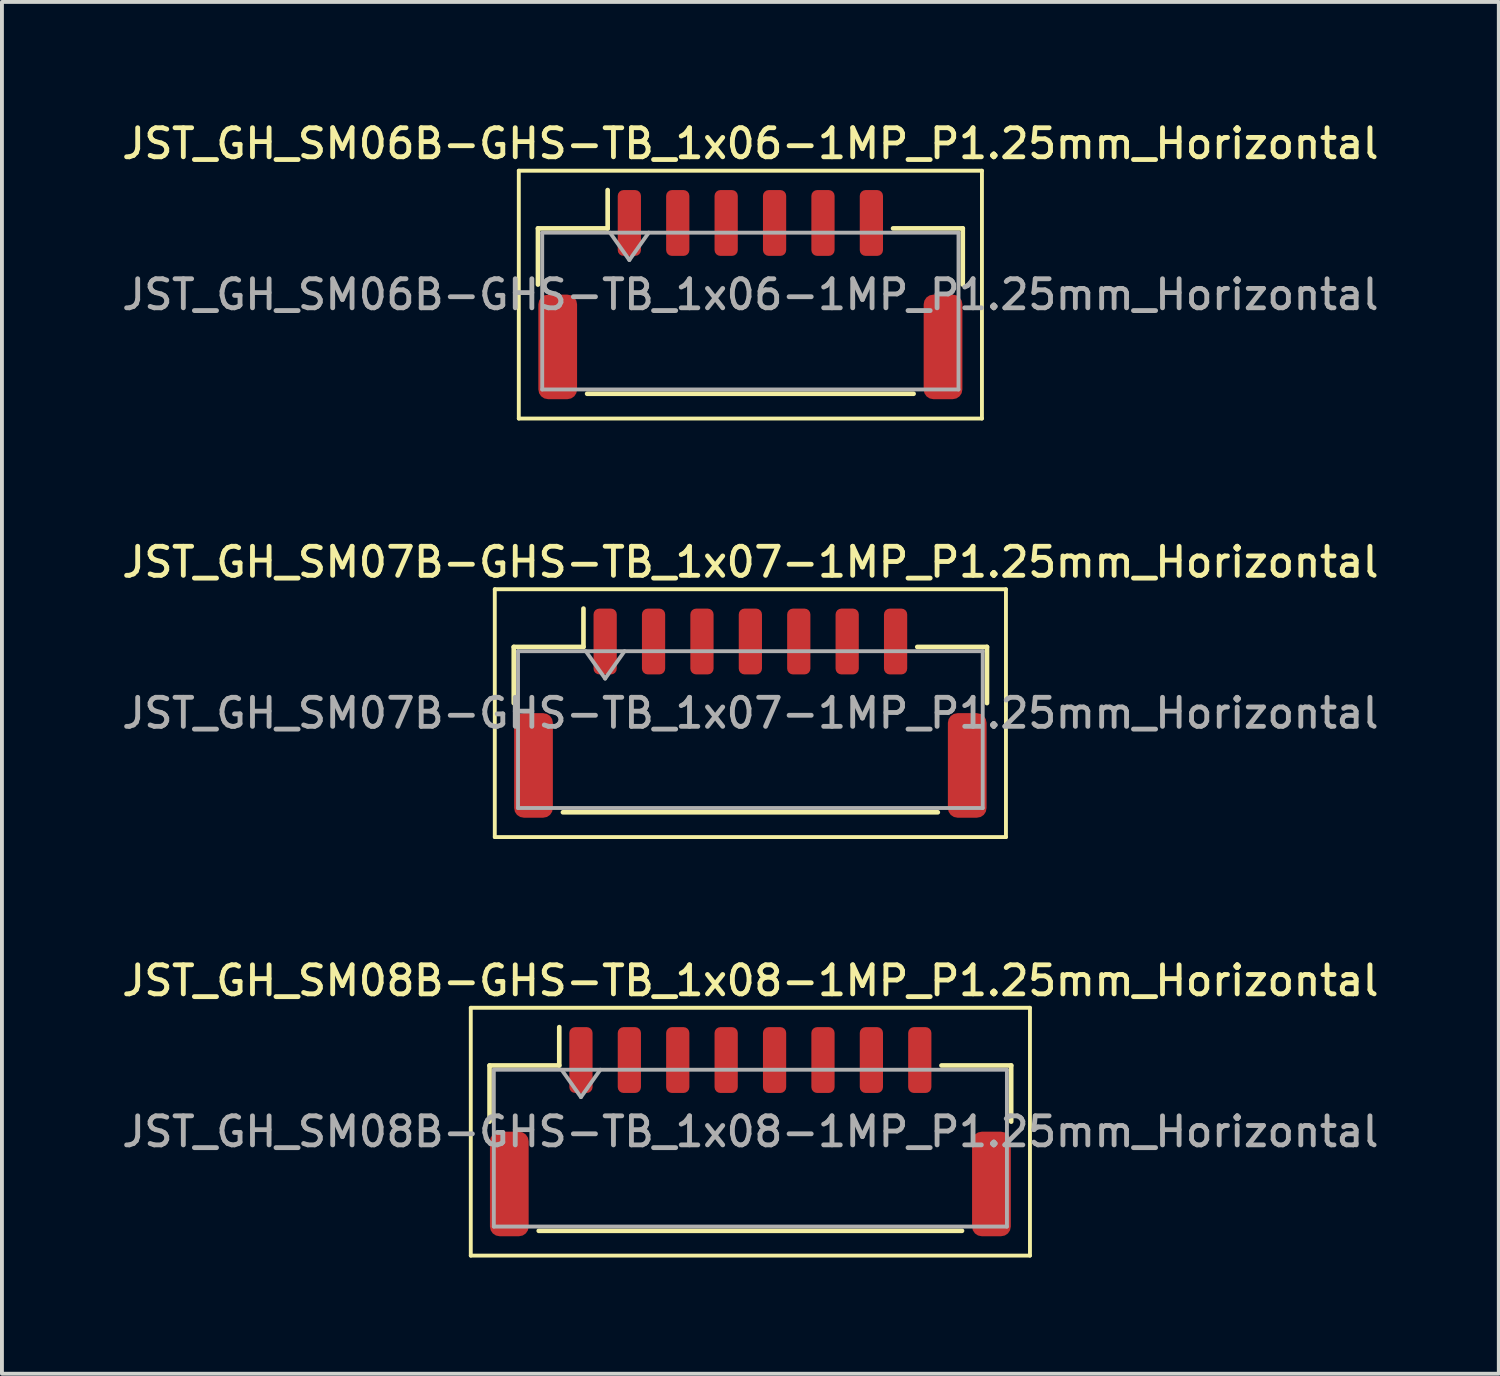
<source format=kicad_pcb>
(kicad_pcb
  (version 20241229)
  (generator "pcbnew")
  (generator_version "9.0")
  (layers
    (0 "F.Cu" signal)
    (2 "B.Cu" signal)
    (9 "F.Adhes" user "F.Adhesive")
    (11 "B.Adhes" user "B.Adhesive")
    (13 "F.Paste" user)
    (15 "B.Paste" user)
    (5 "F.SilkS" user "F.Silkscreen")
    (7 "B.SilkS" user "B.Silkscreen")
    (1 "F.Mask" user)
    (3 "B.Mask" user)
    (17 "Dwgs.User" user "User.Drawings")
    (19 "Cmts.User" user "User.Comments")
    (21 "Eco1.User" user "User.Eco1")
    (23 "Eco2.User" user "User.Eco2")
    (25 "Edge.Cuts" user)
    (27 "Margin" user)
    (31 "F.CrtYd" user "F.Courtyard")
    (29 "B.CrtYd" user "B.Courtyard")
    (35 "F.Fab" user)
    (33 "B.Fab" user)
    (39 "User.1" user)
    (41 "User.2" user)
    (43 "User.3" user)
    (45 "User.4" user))
  (footprint "JST_GH_SM08B-GHS-TB_1x08-1MP_P1.25mm_Horizontal"
    (layer "F.Cu")
    (at 16.327 26.174)
    (property "Reference" "JST_GH_SM08B-GHS-TB_1x08-1MP_P1.25mm_Horizontal" (at 0 -3.9 0) (layer "F.SilkS") (effects (font (size 0.75 0.75) (thickness 0.125))))
    (attr smd)
    (fp_line (start -7.22 -3.2) (end -7.22 3.2) (stroke (width 0.1) (type solid)) (layer "F.SilkS"))
    (fp_line (start -7.22 3.2) (end 7.22 3.2) (stroke (width 0.1) (type solid)) (layer "F.SilkS"))
    (fp_line (start -6.735 -1.71) (end -4.935 -1.71) (stroke (width 0.12) (type solid)) (layer "F.SilkS"))
    (fp_line (start -6.735 -0.26) (end -6.735 -1.71) (stroke (width 0.12) (type solid)) (layer "F.SilkS"))
    (fp_line (start -5.465 2.56) (end 5.465 2.56) (stroke (width 0.12) (type solid)) (layer "F.SilkS"))
    (fp_line (start -4.935 -1.71) (end -4.935 -2.7) (stroke (width 0.12) (type solid)) (layer "F.SilkS"))
    (fp_line (start 6.735 -1.71) (end 4.935 -1.71) (stroke (width 0.12) (type solid)) (layer "F.SilkS"))
    (fp_line (start 6.735 -0.26) (end 6.735 -1.71) (stroke (width 0.12) (type solid)) (layer "F.SilkS"))
    (fp_line (start 7.22 -3.2) (end -7.22 -3.2) (stroke (width 0.1) (type solid)) (layer "F.SilkS"))
    (fp_line (start 7.22 3.2) (end 7.22 -3.2) (stroke (width 0.1) (type solid)) (layer "F.SilkS"))
    (fp_line (start -6.625 -1.6) (end -6.625 2.45) (stroke (width 0.1) (type solid)) (layer "F.Fab"))
    (fp_line (start -6.625 -1.6) (end 6.625 -1.6) (stroke (width 0.1) (type solid)) (layer "F.Fab"))
    (fp_line (start -6.625 2.45) (end 6.625 2.45) (stroke (width 0.1) (type solid)) (layer "F.Fab"))
    (fp_line (start -4.875 -1.6) (end -4.375 -0.893) (stroke (width 0.1) (type solid)) (layer "F.Fab"))
    (fp_line (start -4.375 -0.893) (end -3.875 -1.6) (stroke (width 0.1) (type solid)) (layer "F.Fab"))
    (fp_line (start 6.625 -1.6) (end 6.625 2.45) (stroke (width 0.1) (type solid)) (layer "F.Fab"))
    (fp_text user "${REFERENCE}" (at 0 0 0) (layer "F.Fab") (effects (font (size 0.75 0.75) (thickness 0.125))))
    (pad "1" smd roundrect (at -4.375 -1.85) (size 0.6 1.7) (layers "F.Cu" "F.Mask" "F.Paste") (roundrect_rratio 0.25))
    (pad "2" smd roundrect (at -3.125 -1.85) (size 0.6 1.7) (layers "F.Cu" "F.Mask" "F.Paste") (roundrect_rratio 0.25))
    (pad "3" smd roundrect (at -1.875 -1.85) (size 0.6 1.7) (layers "F.Cu" "F.Mask" "F.Paste") (roundrect_rratio 0.25))
    (pad "4" smd roundrect (at -0.625 -1.85) (size 0.6 1.7) (layers "F.Cu" "F.Mask" "F.Paste") (roundrect_rratio 0.25))
    (pad "5" smd roundrect (at 0.625 -1.85) (size 0.6 1.7) (layers "F.Cu" "F.Mask" "F.Paste") (roundrect_rratio 0.25))
    (pad "6" smd roundrect (at 1.875 -1.85) (size 0.6 1.7) (layers "F.Cu" "F.Mask" "F.Paste") (roundrect_rratio 0.25))
    (pad "7" smd roundrect (at 3.125 -1.85) (size 0.6 1.7) (layers "F.Cu" "F.Mask" "F.Paste") (roundrect_rratio 0.25))
    (pad "8" smd roundrect (at 4.375 -1.85) (size 0.6 1.7) (layers "F.Cu" "F.Mask" "F.Paste") (roundrect_rratio 0.25))
    (pad "MP" smd roundrect (at -6.225 1.35) (size 1 2.7) (layers "F.Cu" "F.Mask" "F.Paste") (roundrect_rratio 0.25))
    (pad "MP" smd roundrect (at 6.225 1.35) (size 1 2.7) (layers "F.Cu" "F.Mask" "F.Paste") (roundrect_rratio 0.25)))
  (footprint "JST_GH_SM06B-GHS-TB_1x06-1MP_P1.25mm_Horizontal"
    (layer "F.Cu")
    (at 16.327 4.558)
    (property "Reference" "JST_GH_SM06B-GHS-TB_1x06-1MP_P1.25mm_Horizontal" (at 0 -3.9 0) (layer "F.SilkS") (effects (font (size 0.75 0.75) (thickness 0.125))))
    (attr smd)
    (fp_line (start -5.98 -3.2) (end -5.98 3.2) (stroke (width 0.1) (type solid)) (layer "F.SilkS"))
    (fp_line (start -5.98 3.2) (end 5.98 3.2) (stroke (width 0.1) (type solid)) (layer "F.SilkS"))
    (fp_line (start -5.485 -1.71) (end -3.685 -1.71) (stroke (width 0.12) (type solid)) (layer "F.SilkS"))
    (fp_line (start -5.485 -0.26) (end -5.485 -1.71) (stroke (width 0.12) (type solid)) (layer "F.SilkS"))
    (fp_line (start -4.215 2.56) (end 4.215 2.56) (stroke (width 0.12) (type solid)) (layer "F.SilkS"))
    (fp_line (start -3.685 -1.71) (end -3.685 -2.7) (stroke (width 0.12) (type solid)) (layer "F.SilkS"))
    (fp_line (start 5.485 -1.71) (end 3.685 -1.71) (stroke (width 0.12) (type solid)) (layer "F.SilkS"))
    (fp_line (start 5.485 -0.26) (end 5.485 -1.71) (stroke (width 0.12) (type solid)) (layer "F.SilkS"))
    (fp_line (start 5.98 -3.2) (end -5.98 -3.2) (stroke (width 0.1) (type solid)) (layer "F.SilkS"))
    (fp_line (start 5.98 3.2) (end 5.98 -3.2) (stroke (width 0.1) (type solid)) (layer "F.SilkS"))
    (fp_line (start -5.375 -1.6) (end -5.375 2.45) (stroke (width 0.1) (type solid)) (layer "F.Fab"))
    (fp_line (start -5.375 -1.6) (end 5.375 -1.6) (stroke (width 0.1) (type solid)) (layer "F.Fab"))
    (fp_line (start -5.375 2.45) (end 5.375 2.45) (stroke (width 0.1) (type solid)) (layer "F.Fab"))
    (fp_line (start -3.625 -1.6) (end -3.125 -0.893) (stroke (width 0.1) (type solid)) (layer "F.Fab"))
    (fp_line (start -3.125 -0.893) (end -2.625 -1.6) (stroke (width 0.1) (type solid)) (layer "F.Fab"))
    (fp_line (start 5.375 -1.6) (end 5.375 2.45) (stroke (width 0.1) (type solid)) (layer "F.Fab"))
    (fp_text user "${REFERENCE}" (at 0 0 0) (layer "F.Fab") (effects (font (size 0.75 0.75) (thickness 0.125))))
    (pad "1" smd roundrect (at -3.125 -1.85) (size 0.6 1.7) (layers "F.Cu" "F.Mask" "F.Paste") (roundrect_rratio 0.25))
    (pad "2" smd roundrect (at -1.875 -1.85) (size 0.6 1.7) (layers "F.Cu" "F.Mask" "F.Paste") (roundrect_rratio 0.25))
    (pad "3" smd roundrect (at -0.625 -1.85) (size 0.6 1.7) (layers "F.Cu" "F.Mask" "F.Paste") (roundrect_rratio 0.25))
    (pad "4" smd roundrect (at 0.625 -1.85) (size 0.6 1.7) (layers "F.Cu" "F.Mask" "F.Paste") (roundrect_rratio 0.25))
    (pad "5" smd roundrect (at 1.875 -1.85) (size 0.6 1.7) (layers "F.Cu" "F.Mask" "F.Paste") (roundrect_rratio 0.25))
    (pad "6" smd roundrect (at 3.125 -1.85) (size 0.6 1.7) (layers "F.Cu" "F.Mask" "F.Paste") (roundrect_rratio 0.25))
    (pad "MP" smd roundrect (at -4.975 1.35) (size 1 2.7) (layers "F.Cu" "F.Mask" "F.Paste") (roundrect_rratio 0.25))
    (pad "MP" smd roundrect (at 4.975 1.35) (size 1 2.7) (layers "F.Cu" "F.Mask" "F.Paste") (roundrect_rratio 0.25)))
  (footprint "JST_GH_SM07B-GHS-TB_1x07-1MP_P1.25mm_Horizontal"
    (layer "F.Cu")
    (at 16.327 15.366)
    (property "Reference" "JST_GH_SM07B-GHS-TB_1x07-1MP_P1.25mm_Horizontal" (at 0 -3.9 0) (layer "F.SilkS") (effects (font (size 0.75 0.75) (thickness 0.125))))
    (attr smd)
    (fp_line (start -6.6 -3.2) (end -6.6 3.2) (stroke (width 0.1) (type solid)) (layer "F.SilkS"))
    (fp_line (start -6.6 3.2) (end 6.6 3.2) (stroke (width 0.1) (type solid)) (layer "F.SilkS"))
    (fp_line (start -6.11 -1.71) (end -4.31 -1.71) (stroke (width 0.12) (type solid)) (layer "F.SilkS"))
    (fp_line (start -6.11 -0.26) (end -6.11 -1.71) (stroke (width 0.12) (type solid)) (layer "F.SilkS"))
    (fp_line (start -4.84 2.56) (end 4.84 2.56) (stroke (width 0.12) (type solid)) (layer "F.SilkS"))
    (fp_line (start -4.31 -1.71) (end -4.31 -2.7) (stroke (width 0.12) (type solid)) (layer "F.SilkS"))
    (fp_line (start 6.11 -1.71) (end 4.31 -1.71) (stroke (width 0.12) (type solid)) (layer "F.SilkS"))
    (fp_line (start 6.11 -0.26) (end 6.11 -1.71) (stroke (width 0.12) (type solid)) (layer "F.SilkS"))
    (fp_line (start 6.6 -3.2) (end -6.6 -3.2) (stroke (width 0.1) (type solid)) (layer "F.SilkS"))
    (fp_line (start 6.6 3.2) (end 6.6 -3.2) (stroke (width 0.1) (type solid)) (layer "F.SilkS"))
    (fp_line (start -6 -1.6) (end -6 2.45) (stroke (width 0.1) (type solid)) (layer "F.Fab"))
    (fp_line (start -6 -1.6) (end 6 -1.6) (stroke (width 0.1) (type solid)) (layer "F.Fab"))
    (fp_line (start -6 2.45) (end 6 2.45) (stroke (width 0.1) (type solid)) (layer "F.Fab"))
    (fp_line (start -4.25 -1.6) (end -3.75 -0.893) (stroke (width 0.1) (type solid)) (layer "F.Fab"))
    (fp_line (start -3.75 -0.893) (end -3.25 -1.6) (stroke (width 0.1) (type solid)) (layer "F.Fab"))
    (fp_line (start 6 -1.6) (end 6 2.45) (stroke (width 0.1) (type solid)) (layer "F.Fab"))
    (fp_text user "${REFERENCE}" (at 0 0 0) (layer "F.Fab") (effects (font (size 0.75 0.75) (thickness 0.125))))
    (pad "1" smd roundrect (at -3.75 -1.85) (size 0.6 1.7) (layers "F.Cu" "F.Mask" "F.Paste") (roundrect_rratio 0.25))
    (pad "2" smd roundrect (at -2.5 -1.85) (size 0.6 1.7) (layers "F.Cu" "F.Mask" "F.Paste") (roundrect_rratio 0.25))
    (pad "3" smd roundrect (at -1.25 -1.85) (size 0.6 1.7) (layers "F.Cu" "F.Mask" "F.Paste") (roundrect_rratio 0.25))
    (pad "4" smd roundrect (at 0 -1.85) (size 0.6 1.7) (layers "F.Cu" "F.Mask" "F.Paste") (roundrect_rratio 0.25))
    (pad "5" smd roundrect (at 1.25 -1.85) (size 0.6 1.7) (layers "F.Cu" "F.Mask" "F.Paste") (roundrect_rratio 0.25))
    (pad "6" smd roundrect (at 2.5 -1.85) (size 0.6 1.7) (layers "F.Cu" "F.Mask" "F.Paste") (roundrect_rratio 0.25))
    (pad "7" smd roundrect (at 3.75 -1.85) (size 0.6 1.7) (layers "F.Cu" "F.Mask" "F.Paste") (roundrect_rratio 0.25))
    (pad "MP" smd roundrect (at -5.6 1.35) (size 1 2.7) (layers "F.Cu" "F.Mask" "F.Paste") (roundrect_rratio 0.25))
    (pad "MP" smd roundrect (at 5.6 1.35) (size 1 2.7) (layers "F.Cu" "F.Mask" "F.Paste") (roundrect_rratio 0.25)))
  (gr_rect
    (start -3 -3)
    (end 35.654 32.424)
    (stroke (width 0.1) (type default))
    (fill no)
    (layer "Edge.Cuts")))
</source>
